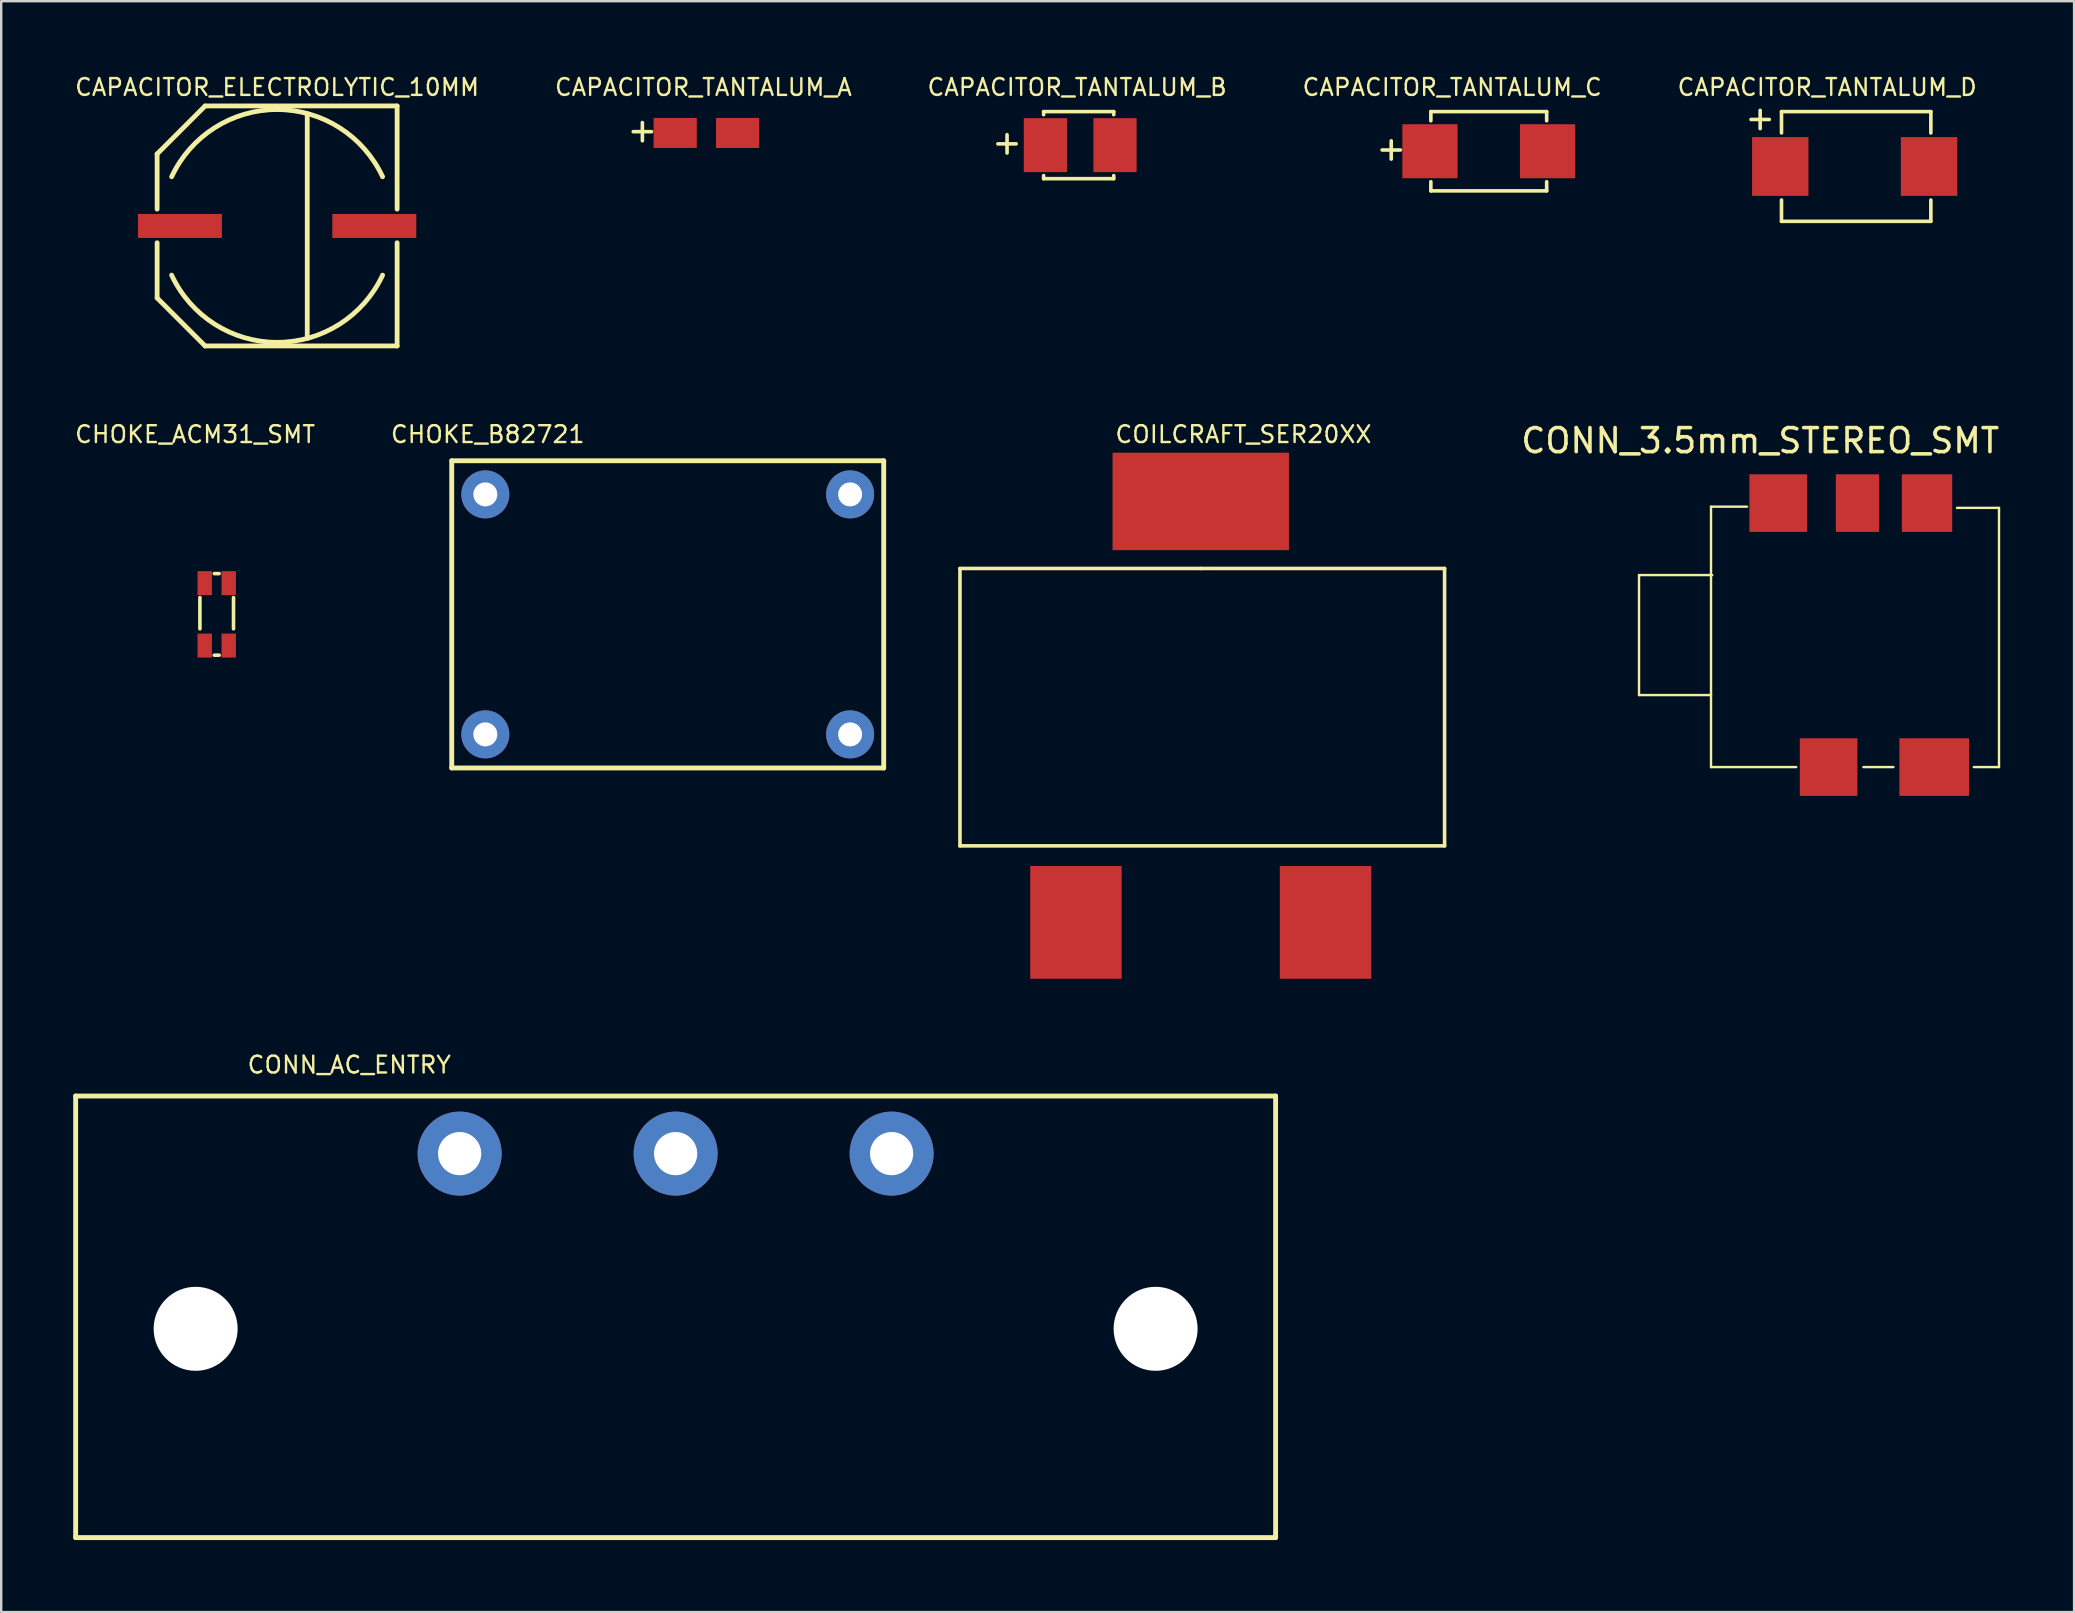
<source format=kicad_pcb>
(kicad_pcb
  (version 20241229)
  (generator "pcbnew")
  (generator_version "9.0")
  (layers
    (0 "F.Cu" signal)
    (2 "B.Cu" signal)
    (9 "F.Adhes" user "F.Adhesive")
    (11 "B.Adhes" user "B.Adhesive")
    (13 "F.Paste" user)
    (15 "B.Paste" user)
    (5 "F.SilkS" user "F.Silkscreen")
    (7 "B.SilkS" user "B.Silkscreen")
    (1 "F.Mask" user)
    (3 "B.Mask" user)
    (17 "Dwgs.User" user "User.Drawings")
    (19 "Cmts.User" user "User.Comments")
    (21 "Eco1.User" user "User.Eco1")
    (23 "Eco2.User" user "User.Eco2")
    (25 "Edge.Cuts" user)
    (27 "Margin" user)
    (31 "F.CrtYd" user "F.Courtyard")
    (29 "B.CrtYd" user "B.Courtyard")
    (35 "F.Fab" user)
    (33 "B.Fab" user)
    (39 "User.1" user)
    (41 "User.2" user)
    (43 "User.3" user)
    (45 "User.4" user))
  (footprint "CAPACITOR_TANTALUM_B"
    (layer "F.Cu")
    (at 41.96 2.998)
    (property "Reference" "CAPACITOR_TANTALUM_B" (at -0.127 -2.413 0) (layer "F.SilkS") (effects (font (size 0.7 0.7) (thickness 0.1))))
    (attr through_hole)
    (fp_line (start -1.524 -1.397) (end 1.397 -1.397) (stroke (width 0.15) (type solid)) (layer "F.SilkS"))
    (fp_line (start -1.524 -1.27) (end -1.524 -1.397) (stroke (width 0.15) (type solid)) (layer "F.SilkS"))
    (fp_line (start -1.524 1.397) (end -1.524 1.27) (stroke (width 0.15) (type solid)) (layer "F.SilkS"))
    (fp_line (start 1.397 -1.397) (end 1.397 -1.27) (stroke (width 0.15) (type solid)) (layer "F.SilkS"))
    (fp_line (start 1.397 1.27) (end 1.397 1.397) (stroke (width 0.15) (type solid)) (layer "F.SilkS"))
    (fp_line (start 1.397 1.397) (end -1.524 1.397) (stroke (width 0.15) (type solid)) (layer "F.SilkS"))
    (fp_text user "+" (at -3.048 -0.127 0) (layer "F.SilkS") (effects (font (size 1 1) (thickness 0.15))))
    (pad "1" smd rect (at -1.45 0) (size 1.8 2.25) (layers "F.Cu" "F.Mask" "F.Paste"))
    (pad "2" smd rect (at 1.45 0) (size 1.8 2.25) (layers "F.Cu" "F.Mask" "F.Paste")))
  (footprint "CHOKE_ACM31_SMT"
    (layer "F.Cu")
    (at 5.48 21.25)
    (property "Reference" "CHOKE_ACM31_SMT" (at -0.4 -6.2 0) (layer "F.SilkS") (effects (font (size 0.7 0.7) (thickness 0.1))))
    (attr through_hole)
    (fp_line (start -0.2 0.6) (end -0.2 1.9) (stroke (width 0.15) (type solid)) (layer "F.SilkS"))
    (fp_line (start 0.6 -0.4) (end 0.4 -0.4) (stroke (width 0.15) (type solid)) (layer "F.SilkS"))
    (fp_line (start 0.6 3) (end 0.4 3) (stroke (width 0.15) (type solid)) (layer "F.SilkS"))
    (fp_line (start 1.2 0.6) (end 1.2 1.9) (stroke (width 0.15) (type solid)) (layer "F.SilkS"))
    (pad "1" smd rect (at 0 0) (size 0.6 1) (layers "F.Cu" "F.Mask" "F.Paste"))
    (pad "2" smd rect (at 1 0) (size 0.6 1) (layers "F.Cu" "F.Mask" "F.Paste"))
    (pad "3" smd rect (at 1 2.6) (size 0.6 1) (layers "F.Cu" "F.Mask" "F.Paste"))
    (pad "4" smd rect (at 0 2.6) (size 0.6 1) (layers "F.Cu" "F.Mask" "F.Paste")))
  (footprint "CHOKE_B82721"
    (layer "F.Cu")
    (at 17.173 17.55)
    (property "Reference" "CHOKE_B82721" (at 0.1 -2.5 0) (layer "F.SilkS") (effects (font (size 0.7 0.7) (thickness 0.1))))
    (attr through_hole)
    (fp_line (start -1.4 -1.4) (end 16.6 -1.4) (stroke (width 0.203) (type solid)) (layer "F.SilkS"))
    (fp_line (start -1.4 11.4) (end -1.4 -1.4) (stroke (width 0.203) (type solid)) (layer "F.SilkS"))
    (fp_line (start 16.6 -1.4) (end 16.6 11.4) (stroke (width 0.203) (type solid)) (layer "F.SilkS"))
    (fp_line (start 16.6 11.4) (end -1.4 11.4) (stroke (width 0.203) (type solid)) (layer "F.SilkS"))
    (pad "1" thru_hole circle (at 0 0) (size 2 2) (drill 1) (layers "*.Cu" "*.Mask"))
    (pad "2" thru_hole circle (at 15.2 0) (size 2 2) (drill 1) (layers "*.Cu" "*.Mask"))
    (pad "3" thru_hole circle (at 15.2 10) (size 2 2) (drill 1) (layers "*.Cu" "*.Mask"))
    (pad "4" thru_hole circle (at 0 10) (size 2 2) (drill 1) (layers "*.Cu" "*.Mask")))
  (footprint "CAPACITOR_TANTALUM_C"
    (layer "F.Cu")
    (at 58.984 3.252)
    (property "Reference" "CAPACITOR_TANTALUM_C" (at -1.524 -2.667 0) (layer "F.SilkS") (effects (font (size 0.7 0.7) (thickness 0.1))))
    (attr through_hole)
    (fp_line (start -2.413 -1.651) (end 2.413 -1.651) (stroke (width 0.15) (type solid)) (layer "F.SilkS"))
    (fp_line (start -2.413 -1.27) (end -2.413 -1.651) (stroke (width 0.15) (type solid)) (layer "F.SilkS"))
    (fp_line (start -2.413 1.651) (end -2.413 1.27) (stroke (width 0.15) (type solid)) (layer "F.SilkS"))
    (fp_line (start 2.413 -1.651) (end 2.413 -1.27) (stroke (width 0.15) (type solid)) (layer "F.SilkS"))
    (fp_line (start 2.413 1.27) (end 2.413 1.651) (stroke (width 0.15) (type solid)) (layer "F.SilkS"))
    (fp_line (start 2.413 1.651) (end -2.413 1.651) (stroke (width 0.15) (type solid)) (layer "F.SilkS"))
    (fp_text user "+" (at -4.064 -0.127 0) (layer "F.SilkS") (effects (font (size 1 1) (thickness 0.15))))
    (pad "1" smd rect (at -2.45 0) (size 2.3 2.25) (layers "F.Cu" "F.Mask" "F.Paste"))
    (pad "2" smd rect (at 2.45 0) (size 2.3 2.25) (layers "F.Cu" "F.Mask" "F.Paste")))
  (footprint "CAPACITOR_TANTALUM_A"
    (layer "F.Cu")
    (at 26.384 2.49)
    (property "Reference" "CAPACITOR_TANTALUM_A" (at -0.127 -1.905 0) (layer "F.SilkS") (effects (font (size 0.7 0.7) (thickness 0.1))))
    (attr through_hole)
    (fp_text user "+" (at -2.667 -0.127 0) (layer "F.SilkS") (effects (font (size 1 1) (thickness 0.15))))
    (pad "1" smd rect (at -1.3 0) (size 1.8 1.25) (layers "F.Cu" "F.Mask" "F.Paste"))
    (pad "2" smd rect (at 1.3 0) (size 1.8 1.25) (layers "F.Cu" "F.Mask" "F.Paste")))
  (footprint "CAPACITOR_ELECTROLYTIC_10MM"
    (layer "F.Cu")
    (at 8.497 6.365)
    (property "Reference" "CAPACITOR_ELECTROLYTIC_10MM" (at 0 -5.78 0) (layer "F.SilkS") (effects (font (size 0.7 0.7) (thickness 0.1))))
    (attr through_hole)
    (fp_line (start -5 -3) (end -5 -0.7) (stroke (width 0.2) (type solid)) (layer "F.SilkS"))
    (fp_line (start -5 3) (end -5 0.7) (stroke (width 0.2) (type solid)) (layer "F.SilkS"))
    (fp_line (start -3 -5) (end -5 -3) (stroke (width 0.2) (type solid)) (layer "F.SilkS"))
    (fp_line (start -3 -5) (end 5 -5) (stroke (width 0.2) (type solid)) (layer "F.SilkS"))
    (fp_line (start -3 5) (end -5 3) (stroke (width 0.2) (type solid)) (layer "F.SilkS"))
    (fp_line (start -3 5) (end 5 5) (stroke (width 0.2) (type solid)) (layer "F.SilkS"))
    (fp_line (start 1.255 -4.685) (end 1.255 4.685) (stroke (width 0.2) (type solid)) (layer "F.SilkS"))
    (fp_line (start 5 -5) (end 5 -0.7) (stroke (width 0.2) (type solid)) (layer "F.SilkS"))
    (fp_line (start 5 5) (end 5 0.7) (stroke (width 0.2) (type solid)) (layer "F.SilkS"))
    (fp_arc (start -4.3956 -2.0497) (mid -0.000002 -4.850007) (end 4.395599 -2.049703) (stroke (width 0.2) (type solid)) (layer "F.SilkS"))
    (fp_arc (start 4.3956 2.0497) (mid 0.000002 4.850007) (end -4.395599 2.049703) (stroke (width 0.2) (type solid)) (layer "F.SilkS"))
    (pad "1" smd rect (at -4.05 0) (size 3.5 1) (layers "F.Cu" "F.Mask" "F.Paste"))
    (pad "2" smd rect (at 4.05 0) (size 3.5 1) (layers "F.Cu" "F.Mask" "F.Paste")))
  (footprint "CONN_3.5mm_STEREO_SMT"
    (layer "F.Cu")
    (at 68.245 23.413)
    (property "Reference" "CONN_3.5mm_STEREO_SMT" (at 2.05 -8.1 0) (layer "F.SilkS") (effects (font (size 1 1) (thickness 0.15))))
    (attr through_hole)
    (fp_line (start -3 -2.5) (end -3 2.5) (stroke (width 0.1) (type solid)) (layer "F.SilkS"))
    (fp_line (start -3 2.5) (end 0 2.5) (stroke (width 0.1) (type solid)) (layer "F.SilkS"))
    (fp_line (start 0 -5.35) (end 0 5.5) (stroke (width 0.1) (type solid)) (layer "F.SilkS"))
    (fp_line (start 0 5.5) (end 3.55 5.5) (stroke (width 0.1) (type solid)) (layer "F.SilkS"))
    (fp_line (start 0.05 -2.5) (end -3 -2.5) (stroke (width 0.1) (type solid)) (layer "F.SilkS"))
    (fp_line (start 1.5 -5.35) (end 0 -5.35) (stroke (width 0.1) (type solid)) (layer "F.SilkS"))
    (fp_line (start 6.35 5.5) (end 7.6 5.5) (stroke (width 0.1) (type solid)) (layer "F.SilkS"))
    (fp_line (start 10.95 5.5) (end 12 5.5) (stroke (width 0.1) (type solid)) (layer "F.SilkS"))
    (fp_line (start 12 -5.3) (end 10.25 -5.3) (stroke (width 0.1) (type solid)) (layer "F.SilkS"))
    (fp_line (start 12 5.5) (end 12 -5.3) (stroke (width 0.1) (type solid)) (layer "F.SilkS"))
    (pad "1" smd rect (at 2.8 -5.5) (size 2.4 2.4) (layers "F.Cu" "F.Mask" "F.Paste"))
    (pad "2" smd rect (at 9.3 5.5) (size 2.9 2.4) (layers "F.Cu" "F.Mask" "F.Paste"))
    (pad "3" smd rect (at 9 -5.5) (size 2.1 2.4) (layers "F.Cu" "F.Mask" "F.Paste"))
    (pad "5" smd rect (at 6.1 -5.5) (size 1.8 2.4) (layers "F.Cu" "F.Mask" "F.Paste"))
    (pad "10" smd rect (at 4.9 5.5) (size 2.4 2.4) (layers "F.Cu" "F.Mask" "F.Paste")))
  (footprint "COILCRAFT_SER20XX"
    (layer "F.Cu")
    (at 46.983 17.844)
    (property "Reference" "COILCRAFT_SER20XX" (at 1.778 -2.794 0) (layer "F.SilkS") (effects (font (size 0.7 0.7) (thickness 0.1))))
    (attr through_hole)
    (fp_line (start -10.033 2.794) (end -10.033 14.351) (stroke (width 0.15) (type solid)) (layer "F.SilkS"))
    (fp_line (start -10.033 14.351) (end 10.16 14.351) (stroke (width 0.15) (type solid)) (layer "F.SilkS"))
    (fp_line (start 0 2.794) (end -10.033 2.794) (stroke (width 0.15) (type solid)) (layer "F.SilkS"))
    (fp_line (start 10.16 2.794) (end 0 2.794) (stroke (width 0.15) (type solid)) (layer "F.SilkS"))
    (fp_line (start 10.16 14.351) (end 10.16 2.794) (stroke (width 0.15) (type solid)) (layer "F.SilkS"))
    (pad "1" smd rect (at -5.2 17.54) (size 3.81 4.7) (layers "F.Cu" "F.Mask" "F.Paste"))
    (pad "2" smd rect (at 5.2 17.54) (size 3.81 4.7) (layers "F.Cu" "F.Mask" "F.Paste"))
    (pad "3" smd rect (at 0 0) (size 7.35 4.06) (layers "F.Cu" "F.Mask" "F.Paste")))
  (footprint "CAPACITOR_TANTALUM_D"
    (layer "F.Cu")
    (at 74.23 3.887)
    (property "Reference" "CAPACITOR_TANTALUM_D" (at -1.143 -3.302 0) (layer "F.SilkS") (effects (font (size 0.7 0.7) (thickness 0.1))))
    (attr through_hole)
    (fp_line (start -3.048 -2.286) (end 3.175 -2.286) (stroke (width 0.15) (type solid)) (layer "F.SilkS"))
    (fp_line (start -3.048 -1.397) (end -3.048 -2.286) (stroke (width 0.15) (type solid)) (layer "F.SilkS"))
    (fp_line (start -3.048 2.286) (end -3.048 1.397) (stroke (width 0.15) (type solid)) (layer "F.SilkS"))
    (fp_line (start 3.175 -2.286) (end 3.175 -1.397) (stroke (width 0.15) (type solid)) (layer "F.SilkS"))
    (fp_line (start 3.175 1.397) (end 3.175 2.286) (stroke (width 0.15) (type solid)) (layer "F.SilkS"))
    (fp_line (start 3.175 2.286) (end -3.048 2.286) (stroke (width 0.15) (type solid)) (layer "F.SilkS"))
    (fp_text user "+" (at -3.937 -2.032 0) (layer "F.SilkS") (effects (font (size 1 1) (thickness 0.15))))
    (pad "1" smd rect (at -3.1 0) (size 2.35 2.45) (layers "F.Cu" "F.Mask" "F.Paste"))
    (pad "2" smd rect (at 3.1 0) (size 2.35 2.45) (layers "F.Cu" "F.Mask" "F.Paste")))
  (footprint "CONN_AC_ENTRY"
    (layer "F.Cu")
    (at 25.102 45.019)
    (property "Reference" "CONN_AC_ENTRY" (at -13.6 -3.7 0) (layer "F.SilkS") (effects (font (size 0.7 0.7) (thickness 0.1))))
    (attr through_hole)
    (fp_line (start -25 -2.4) (end -25 16) (stroke (width 0.203) (type solid)) (layer "F.SilkS"))
    (fp_line (start -25 16) (end 25 16) (stroke (width 0.203) (type solid)) (layer "F.SilkS"))
    (fp_line (start 25 -2.4) (end -25 -2.4) (stroke (width 0.203) (type solid)) (layer "F.SilkS"))
    (fp_line (start 25 16) (end 25 -2.4) (stroke (width 0.203) (type solid)) (layer "F.SilkS"))
    (pad "" np_thru_hole circle (at -20 7.3) (size 3.5 3.5) (drill 3.5) (layers "*.Cu" "*.Mask"))
    (pad "" np_thru_hole circle (at 20 7.3) (size 3.5 3.5) (drill 3.5) (layers "*.Cu" "*.Mask"))
    (pad "1" thru_hole circle (at -9 0) (size 3.5 3.5) (drill 1.8) (layers "*.Cu" "*.Mask"))
    (pad "2" thru_hole circle (at 9 0) (size 3.5 3.5) (drill 1.8) (layers "*.Cu" "*.Mask"))
    (pad "3" thru_hole circle (at 0 0) (size 3.5 3.5) (drill 1.8) (layers "*.Cu" "*.Mask")))
  (gr_rect
    (start -3 -3)
    (end 83.373 64.121)
    (stroke (width 0.1) (type default))
    (fill no)
    (layer "Edge.Cuts")))
</source>
